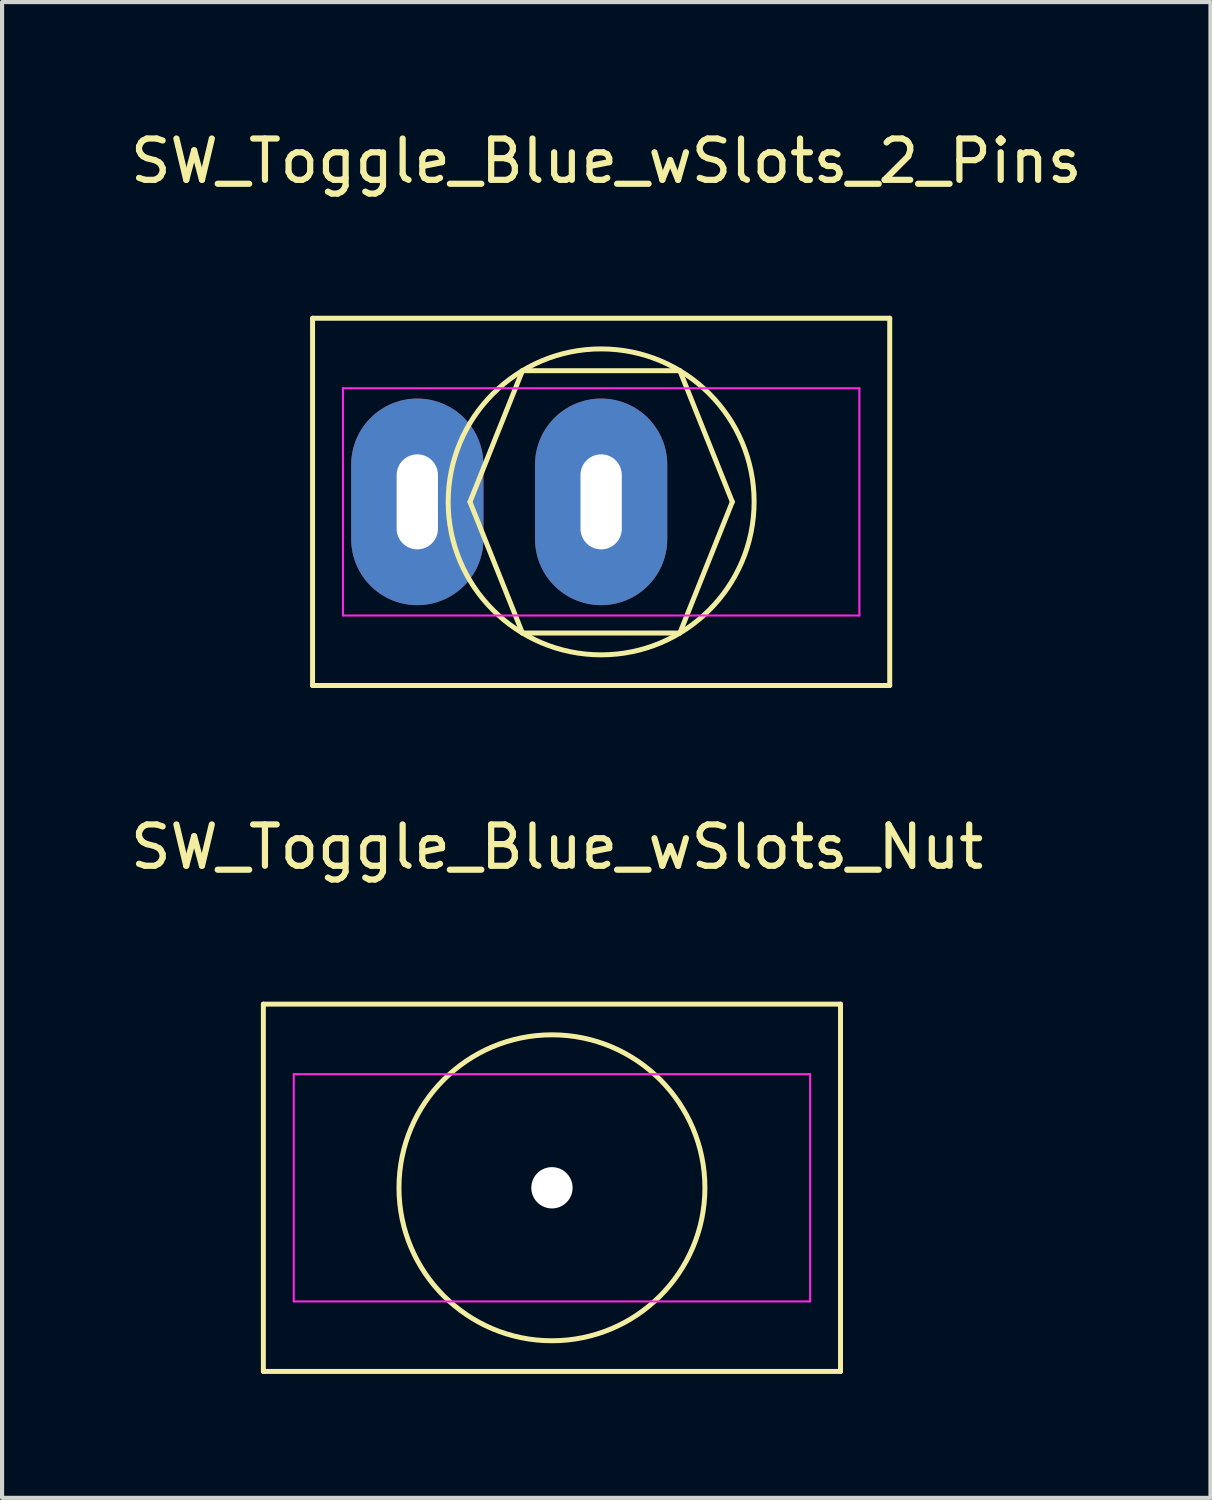
<source format=kicad_pcb>
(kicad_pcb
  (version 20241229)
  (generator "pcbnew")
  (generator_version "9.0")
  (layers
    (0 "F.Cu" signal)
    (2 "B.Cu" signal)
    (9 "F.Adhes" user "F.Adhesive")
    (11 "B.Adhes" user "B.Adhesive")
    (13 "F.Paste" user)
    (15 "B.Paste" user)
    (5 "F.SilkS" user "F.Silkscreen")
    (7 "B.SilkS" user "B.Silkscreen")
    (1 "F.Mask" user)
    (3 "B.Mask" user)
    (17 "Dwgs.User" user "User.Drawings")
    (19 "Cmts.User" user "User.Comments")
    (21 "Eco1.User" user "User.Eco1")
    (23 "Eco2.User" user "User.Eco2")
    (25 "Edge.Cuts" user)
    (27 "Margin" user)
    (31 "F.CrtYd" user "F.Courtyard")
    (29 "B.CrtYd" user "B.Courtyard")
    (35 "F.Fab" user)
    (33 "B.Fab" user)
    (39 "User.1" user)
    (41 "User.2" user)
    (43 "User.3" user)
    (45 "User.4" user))
  (footprint "SW_Toggle_Blue_wSlots_2_Pins"
    (layer "F.Cu")
    (at 11.501 9.098)
    (property "Reference" "SW_Toggle_Blue_wSlots_2_Pins" (at 0.124 -8.25 0) (layer "F.SilkS") (effects (font (size 1 1) (thickness 0.15))))
    (attr through_hole)
    (fp_line (start -6.985 -4.445) (end 6.985 -4.445) (stroke (width 0.12) (type solid)) (layer "F.SilkS"))
    (fp_line (start -6.985 4.445) (end -6.985 -4.445) (stroke (width 0.12) (type solid)) (layer "F.SilkS"))
    (fp_line (start -3.175 0) (end -1.905 -3.175) (stroke (width 0.12) (type solid)) (layer "F.SilkS"))
    (fp_line (start -1.905 -3.175) (end 1.905 -3.175) (stroke (width 0.12) (type solid)) (layer "F.SilkS"))
    (fp_line (start -1.905 3.175) (end -3.175 0) (stroke (width 0.12) (type solid)) (layer "F.SilkS"))
    (fp_line (start 1.905 -3.175) (end 3.175 0) (stroke (width 0.12) (type solid)) (layer "F.SilkS"))
    (fp_line (start 1.905 3.175) (end -1.905 3.175) (stroke (width 0.12) (type solid)) (layer "F.SilkS"))
    (fp_line (start 3.175 0) (end 1.905 3.175) (stroke (width 0.12) (type solid)) (layer "F.SilkS"))
    (fp_line (start 6.985 -4.445) (end 6.985 4.445) (stroke (width 0.12) (type solid)) (layer "F.SilkS"))
    (fp_line (start 6.985 4.445) (end -6.985 4.445) (stroke (width 0.12) (type solid)) (layer "F.SilkS"))
    (fp_circle (center 0 0) (end 1.905 3.175) (stroke (width 0.12) (type solid)) (fill no) (layer "F.SilkS"))
    (fp_line (start -4.902 -1.422) (end -4.013 -1.422) (stroke (width 0.12) (type solid)) (layer "Eco2.User"))
    (fp_line (start -4.902 1.372) (end -4.902 -1.422) (stroke (width 0.12) (type solid)) (layer "Eco2.User"))
    (fp_line (start -4.013 -1.422) (end -4.013 1.372) (stroke (width 0.12) (type solid)) (layer "Eco2.User"))
    (fp_line (start -4.013 1.372) (end -4.902 1.372) (stroke (width 0.12) (type solid)) (layer "Eco2.User"))
    (fp_line (start -0.457 -1.422) (end 0.432 -1.422) (stroke (width 0.12) (type solid)) (layer "Eco2.User"))
    (fp_line (start -0.457 1.372) (end -0.457 -1.422) (stroke (width 0.12) (type solid)) (layer "Eco2.User"))
    (fp_line (start 0.432 -1.422) (end 0.432 1.372) (stroke (width 0.12) (type solid)) (layer "Eco2.User"))
    (fp_line (start 0.432 1.372) (end -0.457 1.372) (stroke (width 0.12) (type solid)) (layer "Eco2.User"))
    (fp_line (start -6.25 -2.75) (end 6.25 -2.75) (stroke (width 0.05) (type solid)) (layer "F.CrtYd"))
    (fp_line (start -6.25 2.75) (end -6.25 -2.75) (stroke (width 0.05) (type solid)) (layer "F.CrtYd"))
    (fp_line (start 6.25 -2.75) (end 6.25 2.75) (stroke (width 0.05) (type solid)) (layer "F.CrtYd"))
    (fp_line (start 6.25 2.75) (end -6.25 2.75) (stroke (width 0.05) (type solid)) (layer "F.CrtYd"))
    (pad "1" thru_hole oval (at -4.45 0) (size 3.2 5) (drill oval 1 2.3) (layers "*.Cu"))
    (pad "2" thru_hole oval (at 0 0) (size 3.2 5) (drill oval 1 2.3) (layers "*.Cu")))
  (footprint "SW_Toggle_Blue_wSlots_Nut"
    (layer "F.Cu")
    (at 10.31 25.701)
    (property "Reference" "SW_Toggle_Blue_wSlots_Nut" (at 0.124 -8.25 0) (layer "F.SilkS") (effects (font (size 1 1) (thickness 0.15))))
    (attr through_hole)
    (fp_line (start -6.985 -4.445) (end 6.985 -4.445) (stroke (width 0.12) (type solid)) (layer "F.SilkS"))
    (fp_line (start -6.985 4.445) (end -6.985 -4.445) (stroke (width 0.12) (type solid)) (layer "F.SilkS"))
    (fp_line (start 6.985 -4.445) (end 6.985 4.445) (stroke (width 0.12) (type solid)) (layer "F.SilkS"))
    (fp_line (start 6.985 4.445) (end -6.985 4.445) (stroke (width 0.12) (type solid)) (layer "F.SilkS"))
    (fp_circle (center 0 0) (end 1.905 3.175) (stroke (width 0.12) (type solid)) (fill no) (layer "F.SilkS"))
    (fp_line (start -6.25 -2.75) (end 6.25 -2.75) (stroke (width 0.05) (type solid)) (layer "F.CrtYd"))
    (fp_line (start -6.25 2.75) (end -6.25 -2.75) (stroke (width 0.05) (type solid)) (layer "F.CrtYd"))
    (fp_line (start 6.25 -2.75) (end 6.25 2.75) (stroke (width 0.05) (type solid)) (layer "F.CrtYd"))
    (fp_line (start 6.25 2.75) (end -6.25 2.75) (stroke (width 0.05) (type solid)) (layer "F.CrtYd"))
    (pad "" np_thru_hole circle (at 0 0) (size 1 1) (drill 6) (layers "*.Cu" "*.Mask")))
  (gr_rect
    (start -3 -3)
    (end 26.25 33.206)
    (stroke (width 0.1) (type default))
    (fill no)
    (layer "Edge.Cuts")))
</source>
